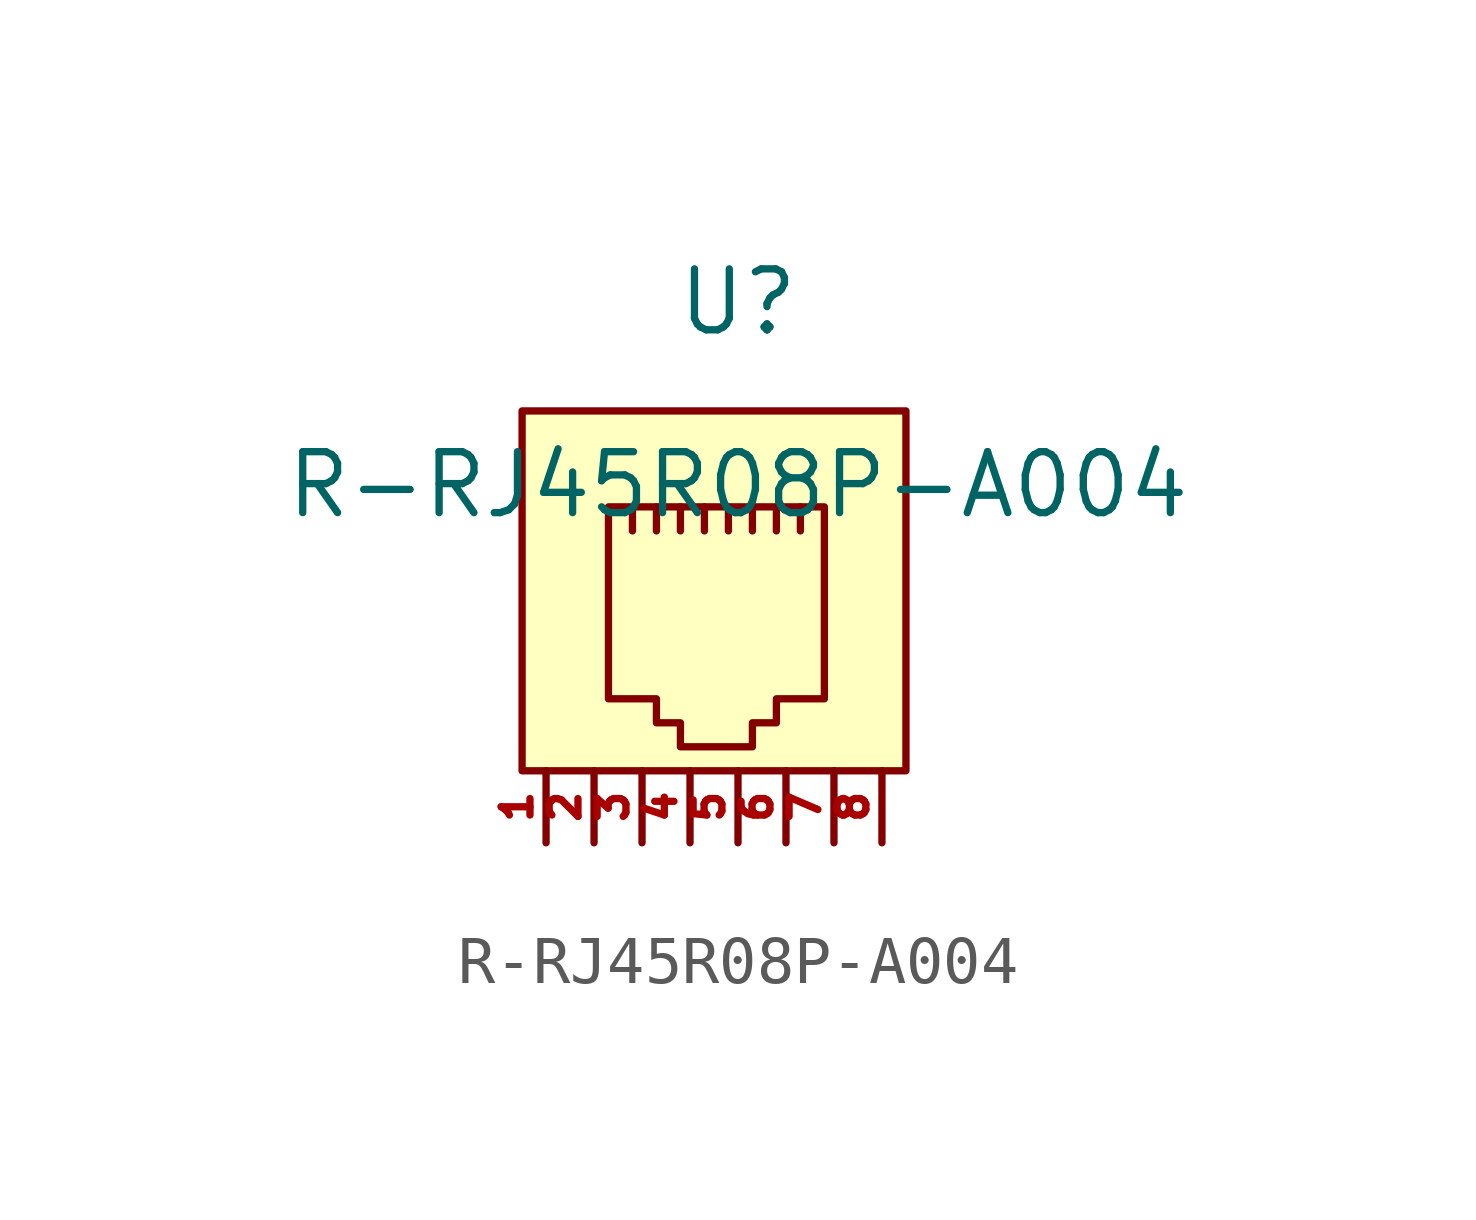
<source format=kicad_sym>
(kicad_symbol_lib
  (version 20211014)
  (generator kicad_symbol_editor)
  (symbol "R-RJ45R08P-A004"
    (pin_names hide)
    (property "Reference" "U"
      (at 0 1.27 0)
      (effects (font (size 1.27 1.27))))
    (property "Value" "R-RJ45R08P-A004"
      (at 0 -2.54 0)
      (effects (font (size 1.27 1.27))))
    (symbol "R-RJ45R08P-A004_0_0"
      (rectangle (start -4.5 -1) (end 3.5 -8.5) (stroke (width 0) (type default) (color 0 0 0 0)) (fill (type background)))
      (polyline (pts (xy -2.2 -3.5) (xy -2.2 -3) (xy -2.2 -3)) (stroke (width 0) (type default) (color 0 0 0 0)) (fill (type none)))
      (polyline (pts (xy -1.7 -3) (xy -1.7 -3.5) (xy -1.7 -3.5)) (stroke (width 0) (type default) (color 0 0 0 0)) (fill (type none)))
      (polyline (pts (xy -1.2 -3) (xy -1.2 -3.5) (xy -1.2 -3.5)) (stroke (width 0) (type default) (color 0 0 0 0)) (fill (type none)))
      (polyline (pts (xy -0.7 -3) (xy -0.7 -3.5) (xy -0.7 -3.5)) (stroke (width 0) (type default) (color 0 0 0 0)) (fill (type none)))
      (polyline (pts (xy -0.2 -3) (xy -0.2 -3.5) (xy -0.2 -3.5)) (stroke (width 0) (type default) (color 0 0 0 0)) (fill (type none)))
      (polyline (pts (xy 0.3 -3) (xy 0.3 -3.5) (xy 0.3 -3.5)) (stroke (width 0) (type default) (color 0 0 0 0)) (fill (type none)))
      (polyline (pts (xy 0.8 -3.5) (xy 0.8 -3) (xy 0.8 -3)) (stroke (width 0) (type default) (color 0 0 0 0)) (fill (type none)))
      (polyline (pts (xy 1.3 -3.5) (xy 1.3 -3) (xy 1.3 -3)) (stroke (width 0) (type default) (color 0 0 0 0)) (fill (type none)))
      (polyline (pts (xy -2.7 -3) (xy 1.8 -3) (xy 1.8 -7) (xy 0.8 -7) (xy 0.8 -7.5) (xy 0.3 -7.5) (xy 0.3 -8) (xy -1.2 -8) (xy -1.2 -7.5) (xy -1.7 -7.5) (xy -1.7 -7) (xy -2.7 -7) (xy -2.7 -3) (xy -2.7 -3)) (stroke (width 0) (type default) (color 0 0 0 0)) (fill (type none)))
      (pin unspecified line (at -4 -10 90) (length 1.5) (name "1" (effects (font (size 0.6 0.6)))) (number "1" (effects (font (size 0.6 0.6)))))
      (pin unspecified line (at -3 -10 90) (length 1.5) (name "2" (effects (font (size 0.6 0.6)))) (number "2" (effects (font (size 0.6 0.6)))))
      (pin unspecified line (at -2 -10 90) (length 1.5) (name "3" (effects (font (size 0.6 0.6)))) (number "3" (effects (font (size 0.6 0.6)))))
      (pin unspecified line (at -1 -10 90) (length 1.5) (name "4" (effects (font (size 0.6 0.6)))) (number "4" (effects (font (size 0.6 0.6)))))
      (pin unspecified line (at 0 -10 90) (length 1.5) (name "5" (effects (font (size 0.6 0.6)))) (number "5" (effects (font (size 0.6 0.6)))))
      (pin unspecified line (at 1 -10 90) (length 1.5) (name "6" (effects (font (size 0.6 0.6)))) (number "6" (effects (font (size 0.6 0.6)))))
      (pin unspecified line (at 2 -10 90) (length 1.5) (name "7" (effects (font (size 0.6 0.6)))) (number "7" (effects (font (size 0.6 0.6)))))
      (pin unspecified line (at 3 -10 90) (length 1.5) (name "8" (effects (font (size 0.6 0.6)))) (number "8" (effects (font (size 0.6 0.6))))))))
</source>
